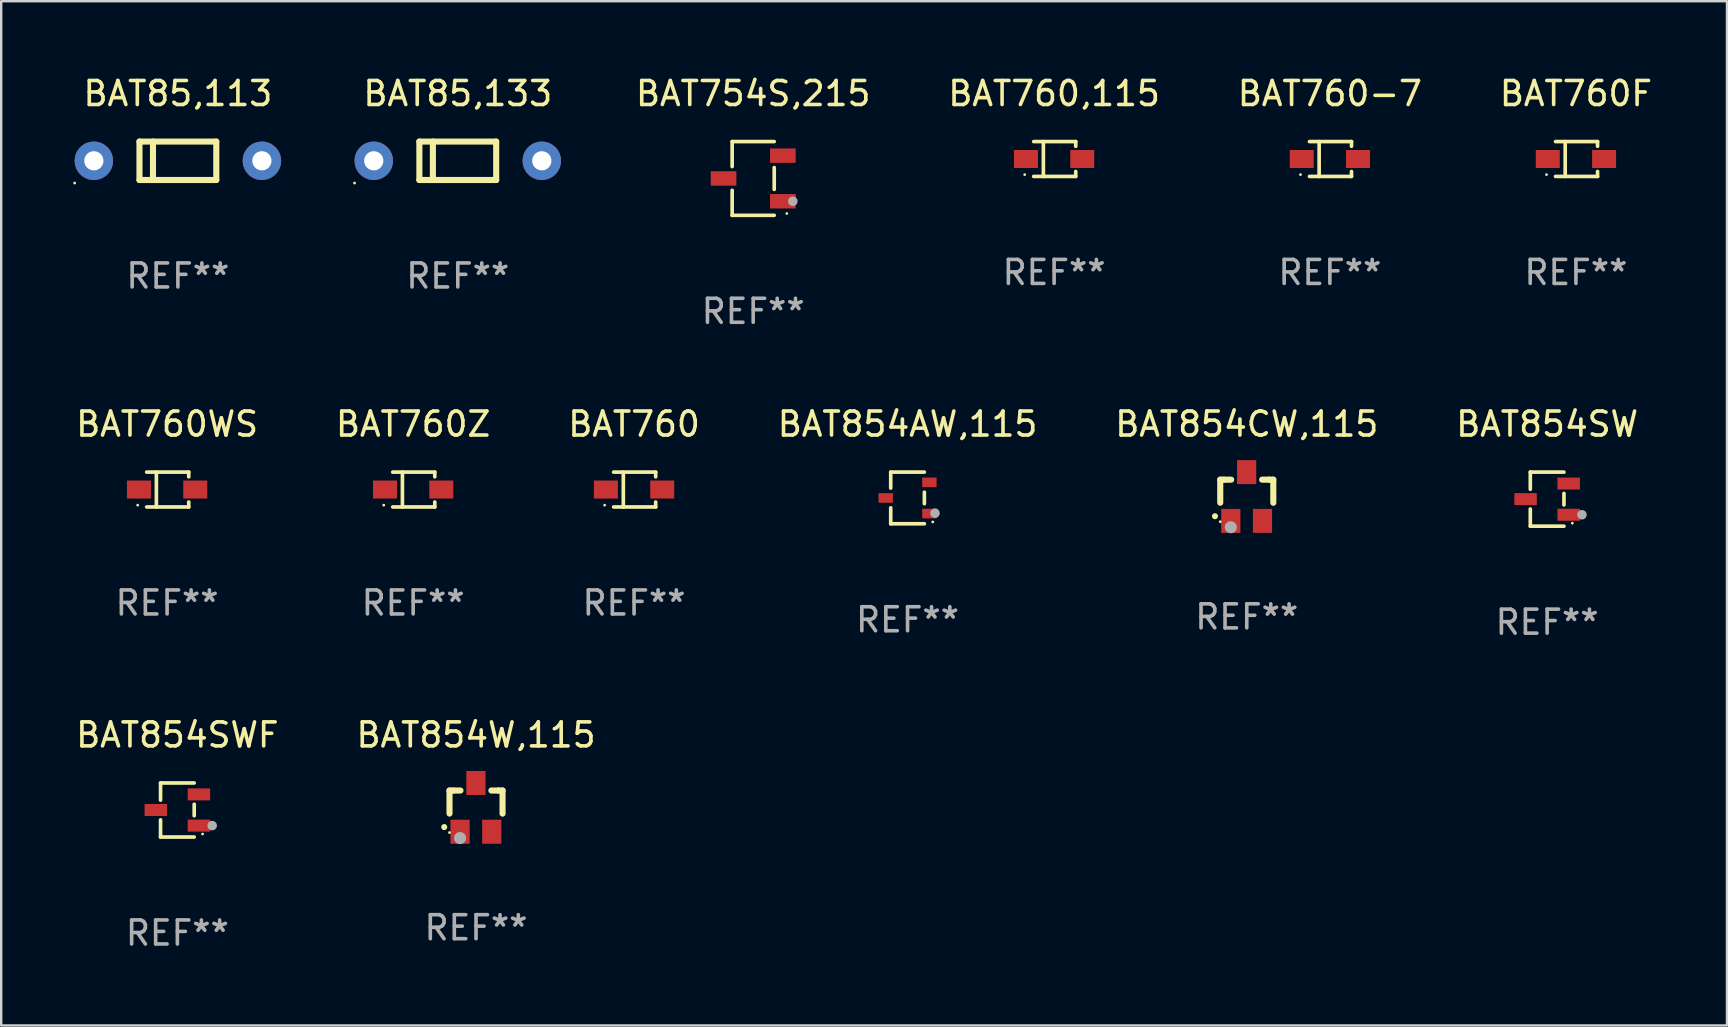
<source format=kicad_pcb>
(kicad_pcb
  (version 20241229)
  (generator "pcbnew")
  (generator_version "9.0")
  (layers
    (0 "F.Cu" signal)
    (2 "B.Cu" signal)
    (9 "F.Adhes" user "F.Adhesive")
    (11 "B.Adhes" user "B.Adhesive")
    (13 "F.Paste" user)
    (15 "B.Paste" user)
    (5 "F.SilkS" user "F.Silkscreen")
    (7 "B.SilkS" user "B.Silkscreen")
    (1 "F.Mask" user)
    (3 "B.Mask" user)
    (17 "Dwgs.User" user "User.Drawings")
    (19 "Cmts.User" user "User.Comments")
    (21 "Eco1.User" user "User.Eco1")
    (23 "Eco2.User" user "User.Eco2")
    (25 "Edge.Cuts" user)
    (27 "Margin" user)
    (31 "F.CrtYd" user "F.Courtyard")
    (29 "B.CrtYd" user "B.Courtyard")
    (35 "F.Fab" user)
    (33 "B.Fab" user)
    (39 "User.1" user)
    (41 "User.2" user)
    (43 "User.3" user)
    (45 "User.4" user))
  (footprint "BAT760WS"
    (layer "F.Cu")
    (at 3.911 17.343)
    (property "Reference" "BAT760WS" (at 0 -2.726 0) (layer "F.SilkS") (effects (font (size 1 1) (thickness 0.15))))
    (attr through_hole)
    (fp_line (start -0.851 -0.726) (end 0.901 -0.726) (stroke (width 0.152) (type solid)) (layer "F.SilkS"))
    (fp_line (start -0.851 0.726) (end 0.901 0.726) (stroke (width 0.152) (type solid)) (layer "F.SilkS"))
    (fp_line (start -0.447 -0.726) (end -0.447 0.726) (stroke (width 0.152) (type solid)) (layer "F.SilkS"))
    (fp_line (start 0.901 -0.726) (end 0.901 -0.53) (stroke (width 0.152) (type solid)) (layer "F.SilkS"))
    (fp_line (start 0.901 0.726) (end 0.901 0.52) (stroke (width 0.152) (type solid)) (layer "F.SilkS"))
    (fp_circle (center -1.225 0.65) (end -1.195 0.65) (stroke (width 0.06) (type solid)) (fill no) (layer "F.SilkS"))
    (fp_text user "REF**" (at 0 4.726 0) (layer "F.Fab") (effects (font (size 1 1) (thickness 0.15))))
    (pad "1" smd rect (at -1.173 0) (size 1 0.75) (layers "F.Cu" "F.Mask" "F.Paste"))
    (pad "2" smd rect (at 1.173 0) (size 1 0.75) (layers "F.Cu" "F.Mask" "F.Paste")))
  (footprint "BAT854W,115"
    (layer "F.Cu")
    (at 16.78 30.582)
    (property "Reference" "BAT854W,115" (at 0 -3.016 0) (layer "F.SilkS") (effects (font (size 1 1) (thickness 0.15))))
    (attr through_hole)
    (fp_line (start -1.105 -0.701) (end -1.105 0.259) (stroke (width 0.254) (type solid)) (layer "F.SilkS"))
    (fp_line (start -0.955 -0.701) (end -1.105 -0.701) (stroke (width 0.254) (type solid)) (layer "F.SilkS"))
    (fp_line (start -0.955 -0.701) (end -0.649 -0.701) (stroke (width 0.254) (type solid)) (layer "F.SilkS"))
    (fp_line (start 0.639 -0.701) (end 0.945 -0.701) (stroke (width 0.254) (type solid)) (layer "F.SilkS"))
    (fp_line (start 0.945 -0.701) (end 1.105 -0.701) (stroke (width 0.254) (type solid)) (layer "F.SilkS"))
    (fp_line (start 1.105 -0.701) (end 1.105 0.261) (stroke (width 0.254) (type solid)) (layer "F.SilkS"))
    (fp_arc (start -1.324994 0.82253) (mid -1.325 0.82126) (end -1.324994 0.81999) (stroke (width 0.24892) (type solid)) (layer "F.SilkS"))
    (fp_circle (center -1.105 1.05) (end -1.075 1.05) (stroke (width 0.06) (type solid)) (fill no) (layer "F.SilkS"))
    (fp_circle (center -0.665 1.28) (end -0.538 1.28) (stroke (width 0.254) (type solid)) (fill no) (layer "F.Fab"))
    (fp_text user "REF**" (at 0 5.016 0) (layer "F.Fab") (effects (font (size 1 1) (thickness 0.15))))
    (pad "1" smd rect (at -0.665 1.016) (size 0.8 1) (layers "F.Cu" "F.Mask" "F.Paste"))
    (pad "2" smd rect (at 0.655 1.016) (size 0.8 1) (layers "F.Cu" "F.Mask" "F.Paste"))
    (pad "3" smd rect (at -0.005 -1.016) (size 0.8 1) (layers "F.Cu" "F.Mask" "F.Paste")))
  (footprint "BAT854CW,115"
    (layer "F.Cu")
    (at 48.887 17.633)
    (property "Reference" "BAT854CW,115" (at 0 -3.016 0) (layer "F.SilkS") (effects (font (size 1 1) (thickness 0.15))))
    (attr through_hole)
    (fp_line (start -1.105 -0.701) (end -1.105 0.259) (stroke (width 0.254) (type solid)) (layer "F.SilkS"))
    (fp_line (start -0.955 -0.701) (end -1.105 -0.701) (stroke (width 0.254) (type solid)) (layer "F.SilkS"))
    (fp_line (start -0.955 -0.701) (end -0.649 -0.701) (stroke (width 0.254) (type solid)) (layer "F.SilkS"))
    (fp_line (start 0.639 -0.701) (end 0.945 -0.701) (stroke (width 0.254) (type solid)) (layer "F.SilkS"))
    (fp_line (start 0.945 -0.701) (end 1.105 -0.701) (stroke (width 0.254) (type solid)) (layer "F.SilkS"))
    (fp_line (start 1.105 -0.701) (end 1.105 0.261) (stroke (width 0.254) (type solid)) (layer "F.SilkS"))
    (fp_arc (start -1.324994 0.82253) (mid -1.325 0.82126) (end -1.324994 0.81999) (stroke (width 0.24892) (type solid)) (layer "F.SilkS"))
    (fp_circle (center -1.105 1.05) (end -1.075 1.05) (stroke (width 0.06) (type solid)) (fill no) (layer "F.SilkS"))
    (fp_circle (center -0.665 1.28) (end -0.538 1.28) (stroke (width 0.254) (type solid)) (fill no) (layer "F.Fab"))
    (fp_text user "REF**" (at 0 5.016 0) (layer "F.Fab") (effects (font (size 1 1) (thickness 0.15))))
    (pad "1" smd rect (at -0.665 1.016) (size 0.8 1) (layers "F.Cu" "F.Mask" "F.Paste"))
    (pad "2" smd rect (at 0.655 1.016) (size 0.8 1) (layers "F.Cu" "F.Mask" "F.Paste"))
    (pad "3" smd rect (at -0.005 -1.016) (size 0.8 1) (layers "F.Cu" "F.Mask" "F.Paste")))
  (footprint "BAT754S,215"
    (layer "F.Cu")
    (at 28.326 4.384)
    (property "Reference" "BAT754S,215" (at 0 -3.536 0) (layer "F.SilkS") (effects (font (size 1 1) (thickness 0.15))))
    (attr through_hole)
    (fp_line (start -0.876 -1.536) (end -0.876 -0.495) (stroke (width 0.152) (type solid)) (layer "F.SilkS"))
    (fp_line (start -0.876 1.536) (end -0.876 0.495) (stroke (width 0.152) (type solid)) (layer "F.SilkS"))
    (fp_line (start 0.876 -1.536) (end -0.876 -1.536) (stroke (width 0.152) (type solid)) (layer "F.SilkS"))
    (fp_line (start 0.876 -0.455) (end 0.876 0.455) (stroke (width 0.152) (type solid)) (layer "F.SilkS"))
    (fp_line (start 0.876 1.536) (end -0.876 1.536) (stroke (width 0.152) (type solid)) (layer "F.SilkS"))
    (fp_circle (center 1.4 1.46) (end 1.43 1.46) (stroke (width 0.06) (type solid)) (fill no) (layer "F.SilkS"))
    (fp_circle (center 1.651 0.95) (end 1.751 0.95) (stroke (width 0.2) (type solid)) (fill no) (layer "F.Fab"))
    (fp_text user "REF**" (at 0 5.536 0) (layer "F.Fab") (effects (font (size 1 1) (thickness 0.15))))
    (pad "1" smd rect (at 1.235 0.95) (size 1.07 0.6) (layers "F.Cu" "F.Mask" "F.Paste"))
    (pad "2" smd rect (at 1.235 -0.95) (size 1.07 0.6) (layers "F.Cu" "F.Mask" "F.Paste"))
    (pad "3" smd rect (at -1.235 0) (size 1.07 0.6) (layers "F.Cu" "F.Mask" "F.Paste")))
  (footprint "BAT85,113"
    (layer "F.Cu")
    (at 4.36 3.648)
    (property "Reference" "BAT85,113" (at 0 -2.8 0) (layer "F.SilkS") (effects (font (size 1 1) (thickness 0.15))))
    (attr through_hole)
    (fp_line (start -1.6 -0.8) (end -1.6 0.8) (stroke (width 0.254) (type solid)) (layer "F.SilkS"))
    (fp_line (start -1.6 -0.8) (end 1.6 -0.8) (stroke (width 0.254) (type solid)) (layer "F.SilkS"))
    (fp_line (start -1.6 0.8) (end 1.6 0.8) (stroke (width 0.254) (type solid)) (layer "F.SilkS"))
    (fp_line (start -1.037 -0.8) (end -1.037 0.8) (stroke (width 0.254) (type solid)) (layer "F.SilkS"))
    (fp_line (start 1.6 -0.8) (end 1.6 0.8) (stroke (width 0.254) (type solid)) (layer "F.SilkS"))
    (fp_circle (center -4.3 0.927) (end -4.27 0.927) (stroke (width 0.06) (type solid)) (fill no) (layer "F.SilkS"))
    (fp_text user "REF**" (at 0 4.8 0) (layer "F.Fab") (effects (font (size 1 1) (thickness 0.15))))
    (pad "1" thru_hole circle (at -3.5 0) (size 1.6 1.6) (drill 0.8) (layers "*.Cu" "*.Mask"))
    (pad "2" thru_hole circle (at 3.5 0) (size 1.6 1.6) (drill 0.8) (layers "*.Cu" "*.Mask")))
  (footprint "BAT854AW,115"
    (layer "F.Cu")
    (at 34.756 17.693)
    (property "Reference" "BAT854AW,115" (at 0 -3.076 0) (layer "F.SilkS") (effects (font (size 1 1) (thickness 0.15))))
    (attr through_hole)
    (fp_line (start -0.701 -1.076) (end -0.701 -0.411) (stroke (width 0.152) (type solid)) (layer "F.SilkS"))
    (fp_line (start -0.701 1.076) (end -0.701 0.411) (stroke (width 0.152) (type solid)) (layer "F.SilkS"))
    (fp_line (start 0.701 -1.076) (end -0.701 -1.076) (stroke (width 0.152) (type solid)) (layer "F.SilkS"))
    (fp_line (start 0.701 -0.239) (end 0.701 0.239) (stroke (width 0.152) (type solid)) (layer "F.SilkS"))
    (fp_line (start 0.701 1.076) (end -0.701 1.076) (stroke (width 0.152) (type solid)) (layer "F.SilkS"))
    (fp_circle (center 1.05 1) (end 1.08 1) (stroke (width 0.06) (type solid)) (fill no) (layer "F.SilkS"))
    (fp_circle (center 1.143 0.635) (end 1.243 0.635) (stroke (width 0.2) (type solid)) (fill no) (layer "F.Fab"))
    (fp_text user "REF**" (at 0 5.076 0) (layer "F.Fab") (effects (font (size 1 1) (thickness 0.15))))
    (pad "1" smd rect (at 0.91 0.65) (size 0.6 0.4) (layers "F.Cu" "F.Mask" "F.Paste"))
    (pad "2" smd rect (at 0.91 -0.65) (size 0.6 0.4) (layers "F.Cu" "F.Mask" "F.Paste"))
    (pad "3" smd rect (at -0.91 0) (size 0.6 0.4) (layers "F.Cu" "F.Mask" "F.Paste")))
  (footprint "BAT760"
    (layer "F.Cu")
    (at 23.363 17.343)
    (property "Reference" "BAT760" (at 0 -2.726 0) (layer "F.SilkS") (effects (font (size 1 1) (thickness 0.15))))
    (attr through_hole)
    (fp_line (start -0.851 -0.726) (end 0.901 -0.726) (stroke (width 0.152) (type solid)) (layer "F.SilkS"))
    (fp_line (start -0.851 0.726) (end 0.901 0.726) (stroke (width 0.152) (type solid)) (layer "F.SilkS"))
    (fp_line (start -0.447 -0.726) (end -0.447 0.726) (stroke (width 0.152) (type solid)) (layer "F.SilkS"))
    (fp_line (start 0.901 -0.726) (end 0.901 -0.53) (stroke (width 0.152) (type solid)) (layer "F.SilkS"))
    (fp_line (start 0.901 0.726) (end 0.901 0.52) (stroke (width 0.152) (type solid)) (layer "F.SilkS"))
    (fp_circle (center -1.225 0.65) (end -1.195 0.65) (stroke (width 0.06) (type solid)) (fill no) (layer "F.SilkS"))
    (fp_text user "REF**" (at 0 4.726 0) (layer "F.Fab") (effects (font (size 1 1) (thickness 0.15))))
    (pad "1" smd rect (at -1.173 0) (size 1 0.75) (layers "F.Cu" "F.Mask" "F.Paste"))
    (pad "2" smd rect (at 1.173 0) (size 1 0.75) (layers "F.Cu" "F.Mask" "F.Paste")))
  (footprint "BAT760Z"
    (layer "F.Cu")
    (at 14.161 17.343)
    (property "Reference" "BAT760Z" (at 0 -2.726 0) (layer "F.SilkS") (effects (font (size 1 1) (thickness 0.15))))
    (attr through_hole)
    (fp_line (start -0.851 -0.726) (end 0.901 -0.726) (stroke (width 0.152) (type solid)) (layer "F.SilkS"))
    (fp_line (start -0.851 0.726) (end 0.901 0.726) (stroke (width 0.152) (type solid)) (layer "F.SilkS"))
    (fp_line (start -0.447 -0.726) (end -0.447 0.726) (stroke (width 0.152) (type solid)) (layer "F.SilkS"))
    (fp_line (start 0.901 -0.726) (end 0.901 -0.53) (stroke (width 0.152) (type solid)) (layer "F.SilkS"))
    (fp_line (start 0.901 0.726) (end 0.901 0.52) (stroke (width 0.152) (type solid)) (layer "F.SilkS"))
    (fp_circle (center -1.225 0.65) (end -1.195 0.65) (stroke (width 0.06) (type solid)) (fill no) (layer "F.SilkS"))
    (fp_text user "REF**" (at 0 4.726 0) (layer "F.Fab") (effects (font (size 1 1) (thickness 0.15))))
    (pad "1" smd rect (at -1.173 0) (size 1 0.75) (layers "F.Cu" "F.Mask" "F.Paste"))
    (pad "2" smd rect (at 1.173 0) (size 1 0.75) (layers "F.Cu" "F.Mask" "F.Paste")))
  (footprint "BAT854SW"
    (layer "F.Cu")
    (at 61.399 17.743)
    (property "Reference" "BAT854SW" (at 0 -3.126 0) (layer "F.SilkS") (effects (font (size 1 1) (thickness 0.15))))
    (attr through_hole)
    (fp_line (start -0.701 -1.126) (end -0.701 -0.411) (stroke (width 0.152) (type solid)) (layer "F.SilkS"))
    (fp_line (start -0.701 1.126) (end -0.701 0.411) (stroke (width 0.152) (type solid)) (layer "F.SilkS"))
    (fp_line (start 0.701 -1.126) (end -0.701 -1.126) (stroke (width 0.152) (type solid)) (layer "F.SilkS"))
    (fp_line (start 0.701 -0.239) (end 0.701 0.239) (stroke (width 0.152) (type solid)) (layer "F.SilkS"))
    (fp_line (start 0.701 1.126) (end -0.701 1.126) (stroke (width 0.152) (type solid)) (layer "F.SilkS"))
    (fp_circle (center 1.05 1) (end 1.08 1) (stroke (width 0.06) (type solid)) (fill no) (layer "F.SilkS"))
    (fp_circle (center 1.45 0.65) (end 1.55 0.65) (stroke (width 0.2) (type solid)) (fill no) (layer "F.Fab"))
    (fp_text user "REF**" (at 0 5.126 0) (layer "F.Fab") (effects (font (size 1 1) (thickness 0.15))))
    (pad "1" smd rect (at 0.898 0.65) (size 0.936 0.5) (layers "F.Cu" "F.Mask" "F.Paste"))
    (pad "2" smd rect (at 0.898 -0.65) (size 0.936 0.5) (layers "F.Cu" "F.Mask" "F.Paste"))
    (pad "3" smd rect (at -0.898 0) (size 0.936 0.5) (layers "F.Cu" "F.Mask" "F.Paste")))
  (footprint "BAT760-7"
    (layer "F.Cu")
    (at 52.349 3.574)
    (property "Reference" "BAT760-7" (at 0 -2.726 0) (layer "F.SilkS") (effects (font (size 1 1) (thickness 0.15))))
    (attr through_hole)
    (fp_line (start -0.851 -0.726) (end 0.901 -0.726) (stroke (width 0.152) (type solid)) (layer "F.SilkS"))
    (fp_line (start -0.851 0.726) (end 0.901 0.726) (stroke (width 0.152) (type solid)) (layer "F.SilkS"))
    (fp_line (start -0.447 -0.726) (end -0.447 0.726) (stroke (width 0.152) (type solid)) (layer "F.SilkS"))
    (fp_line (start 0.901 -0.726) (end 0.901 -0.53) (stroke (width 0.152) (type solid)) (layer "F.SilkS"))
    (fp_line (start 0.901 0.726) (end 0.901 0.52) (stroke (width 0.152) (type solid)) (layer "F.SilkS"))
    (fp_circle (center -1.225 0.65) (end -1.195 0.65) (stroke (width 0.06) (type solid)) (fill no) (layer "F.SilkS"))
    (fp_text user "REF**" (at 0 4.726 0) (layer "F.Fab") (effects (font (size 1 1) (thickness 0.15))))
    (pad "1" smd rect (at -1.173 0) (size 1 0.75) (layers "F.Cu" "F.Mask" "F.Paste"))
    (pad "2" smd rect (at 1.173 0) (size 1 0.75) (layers "F.Cu" "F.Mask" "F.Paste")))
  (footprint "BAT854SWF"
    (layer "F.Cu")
    (at 4.339 30.692)
    (property "Reference" "BAT854SWF" (at 0 -3.126 0) (layer "F.SilkS") (effects (font (size 1 1) (thickness 0.15))))
    (attr through_hole)
    (fp_line (start -0.701 -1.126) (end -0.701 -0.411) (stroke (width 0.152) (type solid)) (layer "F.SilkS"))
    (fp_line (start -0.701 1.126) (end -0.701 0.411) (stroke (width 0.152) (type solid)) (layer "F.SilkS"))
    (fp_line (start 0.701 -1.126) (end -0.701 -1.126) (stroke (width 0.152) (type solid)) (layer "F.SilkS"))
    (fp_line (start 0.701 -0.239) (end 0.701 0.239) (stroke (width 0.152) (type solid)) (layer "F.SilkS"))
    (fp_line (start 0.701 1.126) (end -0.701 1.126) (stroke (width 0.152) (type solid)) (layer "F.SilkS"))
    (fp_circle (center 1.05 1) (end 1.08 1) (stroke (width 0.06) (type solid)) (fill no) (layer "F.SilkS"))
    (fp_circle (center 1.45 0.65) (end 1.55 0.65) (stroke (width 0.2) (type solid)) (fill no) (layer "F.Fab"))
    (fp_text user "REF**" (at 0 5.126 0) (layer "F.Fab") (effects (font (size 1 1) (thickness 0.15))))
    (pad "1" smd rect (at 0.898 0.65) (size 0.936 0.5) (layers "F.Cu" "F.Mask" "F.Paste"))
    (pad "2" smd rect (at 0.898 -0.65) (size 0.936 0.5) (layers "F.Cu" "F.Mask" "F.Paste"))
    (pad "3" smd rect (at -0.898 0) (size 0.936 0.5) (layers "F.Cu" "F.Mask" "F.Paste")))
  (footprint "BAT760,115"
    (layer "F.Cu")
    (at 40.861 3.574)
    (property "Reference" "BAT760,115" (at 0 -2.726 0) (layer "F.SilkS") (effects (font (size 1 1) (thickness 0.15))))
    (attr through_hole)
    (fp_line (start -0.851 -0.726) (end 0.901 -0.726) (stroke (width 0.152) (type solid)) (layer "F.SilkS"))
    (fp_line (start -0.851 0.726) (end 0.901 0.726) (stroke (width 0.152) (type solid)) (layer "F.SilkS"))
    (fp_line (start -0.447 -0.726) (end -0.447 0.726) (stroke (width 0.152) (type solid)) (layer "F.SilkS"))
    (fp_line (start 0.901 -0.726) (end 0.901 -0.53) (stroke (width 0.152) (type solid)) (layer "F.SilkS"))
    (fp_line (start 0.901 0.726) (end 0.901 0.52) (stroke (width 0.152) (type solid)) (layer "F.SilkS"))
    (fp_circle (center -1.225 0.65) (end -1.195 0.65) (stroke (width 0.06) (type solid)) (fill no) (layer "F.SilkS"))
    (fp_text user "REF**" (at 0 4.726 0) (layer "F.Fab") (effects (font (size 1 1) (thickness 0.15))))
    (pad "1" smd rect (at -1.173 0) (size 1 0.75) (layers "F.Cu" "F.Mask" "F.Paste"))
    (pad "2" smd rect (at 1.173 0) (size 1 0.75) (layers "F.Cu" "F.Mask" "F.Paste")))
  (footprint "BAT85,133"
    (layer "F.Cu")
    (at 16.02 3.648)
    (property "Reference" "BAT85,133" (at 0 -2.8 0) (layer "F.SilkS") (effects (font (size 1 1) (thickness 0.15))))
    (attr through_hole)
    (fp_line (start -1.6 -0.8) (end -1.6 0.8) (stroke (width 0.254) (type solid)) (layer "F.SilkS"))
    (fp_line (start -1.6 -0.8) (end 1.6 -0.8) (stroke (width 0.254) (type solid)) (layer "F.SilkS"))
    (fp_line (start -1.6 0.8) (end 1.6 0.8) (stroke (width 0.254) (type solid)) (layer "F.SilkS"))
    (fp_line (start -1.037 -0.8) (end -1.037 0.8) (stroke (width 0.254) (type solid)) (layer "F.SilkS"))
    (fp_line (start 1.6 -0.8) (end 1.6 0.8) (stroke (width 0.254) (type solid)) (layer "F.SilkS"))
    (fp_circle (center -4.3 0.927) (end -4.27 0.927) (stroke (width 0.06) (type solid)) (fill no) (layer "F.SilkS"))
    (fp_text user "REF**" (at 0 4.8 0) (layer "F.Fab") (effects (font (size 1 1) (thickness 0.15))))
    (pad "1" thru_hole circle (at -3.5 0) (size 1.6 1.6) (drill 0.8) (layers "*.Cu" "*.Mask"))
    (pad "2" thru_hole circle (at 3.5 0) (size 1.6 1.6) (drill 0.8) (layers "*.Cu" "*.Mask")))
  (footprint "BAT760F"
    (layer "F.Cu")
    (at 62.599 3.574)
    (property "Reference" "BAT760F" (at 0 -2.726 0) (layer "F.SilkS") (effects (font (size 1 1) (thickness 0.15))))
    (attr through_hole)
    (fp_line (start -0.851 -0.726) (end 0.901 -0.726) (stroke (width 0.152) (type solid)) (layer "F.SilkS"))
    (fp_line (start -0.851 0.726) (end 0.901 0.726) (stroke (width 0.152) (type solid)) (layer "F.SilkS"))
    (fp_line (start -0.447 -0.726) (end -0.447 0.726) (stroke (width 0.152) (type solid)) (layer "F.SilkS"))
    (fp_line (start 0.901 -0.726) (end 0.901 -0.53) (stroke (width 0.152) (type solid)) (layer "F.SilkS"))
    (fp_line (start 0.901 0.726) (end 0.901 0.52) (stroke (width 0.152) (type solid)) (layer "F.SilkS"))
    (fp_circle (center -1.225 0.65) (end -1.195 0.65) (stroke (width 0.06) (type solid)) (fill no) (layer "F.SilkS"))
    (fp_text user "REF**" (at 0 4.726 0) (layer "F.Fab") (effects (font (size 1 1) (thickness 0.15))))
    (pad "1" smd rect (at -1.173 0) (size 1 0.75) (layers "F.Cu" "F.Mask" "F.Paste"))
    (pad "2" smd rect (at 1.173 0) (size 1 0.75) (layers "F.Cu" "F.Mask" "F.Paste")))
  (gr_rect
    (start -3 -3)
    (end 68.891 39.667)
    (stroke (width 0.1) (type default))
    (fill no)
    (layer "Edge.Cuts")))
</source>
